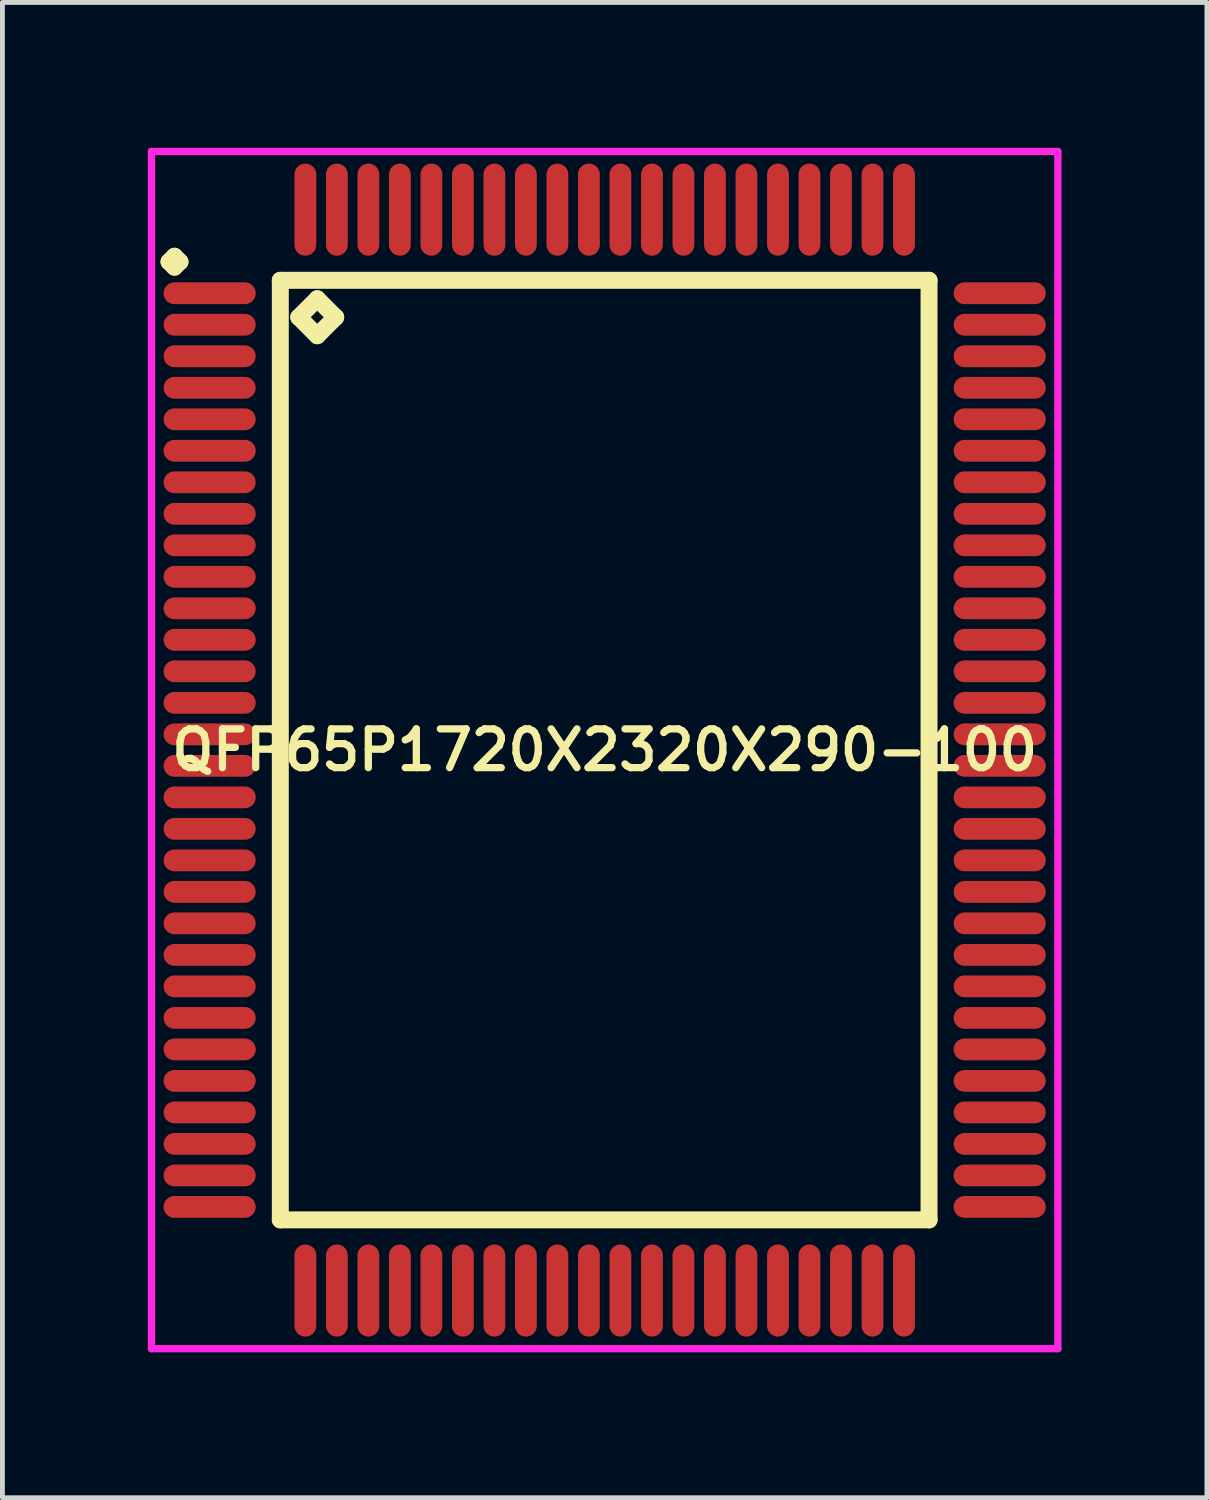
<source format=kicad_pcb>
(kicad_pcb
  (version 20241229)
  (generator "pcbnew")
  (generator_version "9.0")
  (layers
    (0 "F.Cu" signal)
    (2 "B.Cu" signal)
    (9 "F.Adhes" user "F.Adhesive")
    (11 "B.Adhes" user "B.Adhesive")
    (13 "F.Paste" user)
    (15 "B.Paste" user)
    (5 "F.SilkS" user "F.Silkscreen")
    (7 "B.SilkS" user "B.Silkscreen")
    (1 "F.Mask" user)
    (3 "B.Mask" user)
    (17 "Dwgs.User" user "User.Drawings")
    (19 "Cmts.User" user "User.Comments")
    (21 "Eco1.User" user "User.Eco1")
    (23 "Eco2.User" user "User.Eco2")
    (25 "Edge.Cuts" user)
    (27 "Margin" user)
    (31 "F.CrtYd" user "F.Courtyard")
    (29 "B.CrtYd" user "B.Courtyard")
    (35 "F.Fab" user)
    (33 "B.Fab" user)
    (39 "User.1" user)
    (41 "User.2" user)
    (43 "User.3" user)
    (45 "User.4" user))
  (footprint "QFP65P1720X2320X290-100"
    (layer "F.Cu")
    (at 9.425 12.425)
    (property "Reference" "QFP65P1720X2320X290-100" (at 0 0 0) (layer "F.SilkS") (effects (font (size 0.8 0.8) (thickness 0.15))))
    (attr smd)
    (fp_line (start -8.988 -10.075) (end -8.875 -10.188) (stroke (width 0.35) (type solid)) (layer "F.SilkS"))
    (fp_line (start -8.875 -10.188) (end -8.762 -10.075) (stroke (width 0.35) (type solid)) (layer "F.SilkS"))
    (fp_line (start -8.875 -9.963) (end -8.988 -10.075) (stroke (width 0.35) (type solid)) (layer "F.SilkS"))
    (fp_line (start -8.762 -10.075) (end -8.875 -9.963) (stroke (width 0.35) (type solid)) (layer "F.SilkS"))
    (fp_line (start -6.692 -9.692) (end -6.692 9.692) (stroke (width 0.35) (type solid)) (layer "F.SilkS"))
    (fp_line (start -6.692 9.692) (end 6.692 9.692) (stroke (width 0.35) (type solid)) (layer "F.SilkS"))
    (fp_line (start -6.311 -8.93) (end -5.93 -9.311) (stroke (width 0.35) (type solid)) (layer "F.SilkS"))
    (fp_line (start -5.93 -9.311) (end -5.549 -8.93) (stroke (width 0.35) (type solid)) (layer "F.SilkS"))
    (fp_line (start -5.93 -8.549) (end -6.311 -8.93) (stroke (width 0.35) (type solid)) (layer "F.SilkS"))
    (fp_line (start -5.549 -8.93) (end -5.93 -8.549) (stroke (width 0.35) (type solid)) (layer "F.SilkS"))
    (fp_line (start 6.692 -9.692) (end -6.692 -9.692) (stroke (width 0.35) (type solid)) (layer "F.SilkS"))
    (fp_line (start 6.692 9.692) (end 6.692 -9.692) (stroke (width 0.35) (type solid)) (layer "F.SilkS"))
    (fp_line (start -9.35 -12.35) (end 9.35 -12.35) (stroke (width 0.15) (type solid)) (layer "F.CrtYd"))
    (fp_line (start -9.35 12.35) (end -9.35 -12.35) (stroke (width 0.15) (type solid)) (layer "F.CrtYd"))
    (fp_line (start 9.35 -12.35) (end 9.35 12.35) (stroke (width 0.15) (type solid)) (layer "F.CrtYd"))
    (fp_line (start 9.35 12.35) (end -9.35 12.35) (stroke (width 0.15) (type solid)) (layer "F.CrtYd"))
    (pad "1" smd oval (at -8.15 -9.425) (size 1.9 0.45) (layers "F.Cu" "F.Mask" "F.Paste"))
    (pad "2" smd oval (at -8.15 -8.775) (size 1.9 0.45) (layers "F.Cu" "F.Mask" "F.Paste"))
    (pad "3" smd oval (at -8.15 -8.125) (size 1.9 0.45) (layers "F.Cu" "F.Mask" "F.Paste"))
    (pad "4" smd oval (at -8.15 -7.475) (size 1.9 0.45) (layers "F.Cu" "F.Mask" "F.Paste"))
    (pad "5" smd oval (at -8.15 -6.825) (size 1.9 0.45) (layers "F.Cu" "F.Mask" "F.Paste"))
    (pad "6" smd oval (at -8.15 -6.175) (size 1.9 0.45) (layers "F.Cu" "F.Mask" "F.Paste"))
    (pad "7" smd oval (at -8.15 -5.525) (size 1.9 0.45) (layers "F.Cu" "F.Mask" "F.Paste"))
    (pad "8" smd oval (at -8.15 -4.875) (size 1.9 0.45) (layers "F.Cu" "F.Mask" "F.Paste"))
    (pad "9" smd oval (at -8.15 -4.225) (size 1.9 0.45) (layers "F.Cu" "F.Mask" "F.Paste"))
    (pad "10" smd oval (at -8.15 -3.575) (size 1.9 0.45) (layers "F.Cu" "F.Mask" "F.Paste"))
    (pad "11" smd oval (at -8.15 -2.925) (size 1.9 0.45) (layers "F.Cu" "F.Mask" "F.Paste"))
    (pad "12" smd oval (at -8.15 -2.275) (size 1.9 0.45) (layers "F.Cu" "F.Mask" "F.Paste"))
    (pad "13" smd oval (at -8.15 -1.625) (size 1.9 0.45) (layers "F.Cu" "F.Mask" "F.Paste"))
    (pad "14" smd oval (at -8.15 -0.975) (size 1.9 0.45) (layers "F.Cu" "F.Mask" "F.Paste"))
    (pad "15" smd oval (at -8.15 -0.325) (size 1.9 0.45) (layers "F.Cu" "F.Mask" "F.Paste"))
    (pad "16" smd oval (at -8.15 0.325) (size 1.9 0.45) (layers "F.Cu" "F.Mask" "F.Paste"))
    (pad "17" smd oval (at -8.15 0.975) (size 1.9 0.45) (layers "F.Cu" "F.Mask" "F.Paste"))
    (pad "18" smd oval (at -8.15 1.625) (size 1.9 0.45) (layers "F.Cu" "F.Mask" "F.Paste"))
    (pad "19" smd oval (at -8.15 2.275) (size 1.9 0.45) (layers "F.Cu" "F.Mask" "F.Paste"))
    (pad "20" smd oval (at -8.15 2.925) (size 1.9 0.45) (layers "F.Cu" "F.Mask" "F.Paste"))
    (pad "21" smd oval (at -8.15 3.575) (size 1.9 0.45) (layers "F.Cu" "F.Mask" "F.Paste"))
    (pad "22" smd oval (at -8.15 4.225) (size 1.9 0.45) (layers "F.Cu" "F.Mask" "F.Paste"))
    (pad "23" smd oval (at -8.15 4.875) (size 1.9 0.45) (layers "F.Cu" "F.Mask" "F.Paste"))
    (pad "24" smd oval (at -8.15 5.525) (size 1.9 0.45) (layers "F.Cu" "F.Mask" "F.Paste"))
    (pad "25" smd oval (at -8.15 6.175) (size 1.9 0.45) (layers "F.Cu" "F.Mask" "F.Paste"))
    (pad "26" smd oval (at -8.15 6.825) (size 1.9 0.45) (layers "F.Cu" "F.Mask" "F.Paste"))
    (pad "27" smd oval (at -8.15 7.475) (size 1.9 0.45) (layers "F.Cu" "F.Mask" "F.Paste"))
    (pad "28" smd oval (at -8.15 8.125) (size 1.9 0.45) (layers "F.Cu" "F.Mask" "F.Paste"))
    (pad "29" smd oval (at -8.15 8.775) (size 1.9 0.45) (layers "F.Cu" "F.Mask" "F.Paste"))
    (pad "30" smd oval (at -8.15 9.425) (size 1.9 0.45) (layers "F.Cu" "F.Mask" "F.Paste"))
    (pad "31" smd oval (at -6.175 11.15) (size 0.45 1.9) (layers "F.Cu" "F.Mask" "F.Paste"))
    (pad "32" smd oval (at -5.525 11.15) (size 0.45 1.9) (layers "F.Cu" "F.Mask" "F.Paste"))
    (pad "33" smd oval (at -4.875 11.15) (size 0.45 1.9) (layers "F.Cu" "F.Mask" "F.Paste"))
    (pad "34" smd oval (at -4.225 11.15) (size 0.45 1.9) (layers "F.Cu" "F.Mask" "F.Paste"))
    (pad "35" smd oval (at -3.575 11.15) (size 0.45 1.9) (layers "F.Cu" "F.Mask" "F.Paste"))
    (pad "36" smd oval (at -2.925 11.15) (size 0.45 1.9) (layers "F.Cu" "F.Mask" "F.Paste"))
    (pad "37" smd oval (at -2.275 11.15) (size 0.45 1.9) (layers "F.Cu" "F.Mask" "F.Paste"))
    (pad "38" smd oval (at -1.625 11.15) (size 0.45 1.9) (layers "F.Cu" "F.Mask" "F.Paste"))
    (pad "39" smd oval (at -0.975 11.15) (size 0.45 1.9) (layers "F.Cu" "F.Mask" "F.Paste"))
    (pad "40" smd oval (at -0.325 11.15) (size 0.45 1.9) (layers "F.Cu" "F.Mask" "F.Paste"))
    (pad "41" smd oval (at 0.325 11.15) (size 0.45 1.9) (layers "F.Cu" "F.Mask" "F.Paste"))
    (pad "42" smd oval (at 0.975 11.15) (size 0.45 1.9) (layers "F.Cu" "F.Mask" "F.Paste"))
    (pad "43" smd oval (at 1.625 11.15) (size 0.45 1.9) (layers "F.Cu" "F.Mask" "F.Paste"))
    (pad "44" smd oval (at 2.275 11.15) (size 0.45 1.9) (layers "F.Cu" "F.Mask" "F.Paste"))
    (pad "45" smd oval (at 2.925 11.15) (size 0.45 1.9) (layers "F.Cu" "F.Mask" "F.Paste"))
    (pad "46" smd oval (at 3.575 11.15) (size 0.45 1.9) (layers "F.Cu" "F.Mask" "F.Paste"))
    (pad "47" smd oval (at 4.225 11.15) (size 0.45 1.9) (layers "F.Cu" "F.Mask" "F.Paste"))
    (pad "48" smd oval (at 4.875 11.15) (size 0.45 1.9) (layers "F.Cu" "F.Mask" "F.Paste"))
    (pad "49" smd oval (at 5.525 11.15) (size 0.45 1.9) (layers "F.Cu" "F.Mask" "F.Paste"))
    (pad "50" smd oval (at 6.175 11.15) (size 0.45 1.9) (layers "F.Cu" "F.Mask" "F.Paste"))
    (pad "51" smd oval (at 8.15 9.425) (size 1.9 0.45) (layers "F.Cu" "F.Mask" "F.Paste"))
    (pad "52" smd oval (at 8.15 8.775) (size 1.9 0.45) (layers "F.Cu" "F.Mask" "F.Paste"))
    (pad "53" smd oval (at 8.15 8.125) (size 1.9 0.45) (layers "F.Cu" "F.Mask" "F.Paste"))
    (pad "54" smd oval (at 8.15 7.475) (size 1.9 0.45) (layers "F.Cu" "F.Mask" "F.Paste"))
    (pad "55" smd oval (at 8.15 6.825) (size 1.9 0.45) (layers "F.Cu" "F.Mask" "F.Paste"))
    (pad "56" smd oval (at 8.15 6.175) (size 1.9 0.45) (layers "F.Cu" "F.Mask" "F.Paste"))
    (pad "57" smd oval (at 8.15 5.525) (size 1.9 0.45) (layers "F.Cu" "F.Mask" "F.Paste"))
    (pad "58" smd oval (at 8.15 4.875) (size 1.9 0.45) (layers "F.Cu" "F.Mask" "F.Paste"))
    (pad "59" smd oval (at 8.15 4.225) (size 1.9 0.45) (layers "F.Cu" "F.Mask" "F.Paste"))
    (pad "60" smd oval (at 8.15 3.575) (size 1.9 0.45) (layers "F.Cu" "F.Mask" "F.Paste"))
    (pad "61" smd oval (at 8.15 2.925) (size 1.9 0.45) (layers "F.Cu" "F.Mask" "F.Paste"))
    (pad "62" smd oval (at 8.15 2.275) (size 1.9 0.45) (layers "F.Cu" "F.Mask" "F.Paste"))
    (pad "63" smd oval (at 8.15 1.625) (size 1.9 0.45) (layers "F.Cu" "F.Mask" "F.Paste"))
    (pad "64" smd oval (at 8.15 0.975) (size 1.9 0.45) (layers "F.Cu" "F.Mask" "F.Paste"))
    (pad "65" smd oval (at 8.15 0.325) (size 1.9 0.45) (layers "F.Cu" "F.Mask" "F.Paste"))
    (pad "66" smd oval (at 8.15 -0.325) (size 1.9 0.45) (layers "F.Cu" "F.Mask" "F.Paste"))
    (pad "67" smd oval (at 8.15 -0.975) (size 1.9 0.45) (layers "F.Cu" "F.Mask" "F.Paste"))
    (pad "68" smd oval (at 8.15 -1.625) (size 1.9 0.45) (layers "F.Cu" "F.Mask" "F.Paste"))
    (pad "69" smd oval (at 8.15 -2.275) (size 1.9 0.45) (layers "F.Cu" "F.Mask" "F.Paste"))
    (pad "70" smd oval (at 8.15 -2.925) (size 1.9 0.45) (layers "F.Cu" "F.Mask" "F.Paste"))
    (pad "71" smd oval (at 8.15 -3.575) (size 1.9 0.45) (layers "F.Cu" "F.Mask" "F.Paste"))
    (pad "72" smd oval (at 8.15 -4.225) (size 1.9 0.45) (layers "F.Cu" "F.Mask" "F.Paste"))
    (pad "73" smd oval (at 8.15 -4.875) (size 1.9 0.45) (layers "F.Cu" "F.Mask" "F.Paste"))
    (pad "74" smd oval (at 8.15 -5.525) (size 1.9 0.45) (layers "F.Cu" "F.Mask" "F.Paste"))
    (pad "75" smd oval (at 8.15 -6.175) (size 1.9 0.45) (layers "F.Cu" "F.Mask" "F.Paste"))
    (pad "76" smd oval (at 8.15 -6.825) (size 1.9 0.45) (layers "F.Cu" "F.Mask" "F.Paste"))
    (pad "77" smd oval (at 8.15 -7.475) (size 1.9 0.45) (layers "F.Cu" "F.Mask" "F.Paste"))
    (pad "78" smd oval (at 8.15 -8.125) (size 1.9 0.45) (layers "F.Cu" "F.Mask" "F.Paste"))
    (pad "79" smd oval (at 8.15 -8.775) (size 1.9 0.45) (layers "F.Cu" "F.Mask" "F.Paste"))
    (pad "80" smd oval (at 8.15 -9.425) (size 1.9 0.45) (layers "F.Cu" "F.Mask" "F.Paste"))
    (pad "81" smd oval (at 6.175 -11.15) (size 0.45 1.9) (layers "F.Cu" "F.Mask" "F.Paste"))
    (pad "82" smd oval (at 5.525 -11.15) (size 0.45 1.9) (layers "F.Cu" "F.Mask" "F.Paste"))
    (pad "83" smd oval (at 4.875 -11.15) (size 0.45 1.9) (layers "F.Cu" "F.Mask" "F.Paste"))
    (pad "84" smd oval (at 4.225 -11.15) (size 0.45 1.9) (layers "F.Cu" "F.Mask" "F.Paste"))
    (pad "85" smd oval (at 3.575 -11.15) (size 0.45 1.9) (layers "F.Cu" "F.Mask" "F.Paste"))
    (pad "86" smd oval (at 2.925 -11.15) (size 0.45 1.9) (layers "F.Cu" "F.Mask" "F.Paste"))
    (pad "87" smd oval (at 2.275 -11.15) (size 0.45 1.9) (layers "F.Cu" "F.Mask" "F.Paste"))
    (pad "88" smd oval (at 1.625 -11.15) (size 0.45 1.9) (layers "F.Cu" "F.Mask" "F.Paste"))
    (pad "89" smd oval (at 0.975 -11.15) (size 0.45 1.9) (layers "F.Cu" "F.Mask" "F.Paste"))
    (pad "90" smd oval (at 0.325 -11.15) (size 0.45 1.9) (layers "F.Cu" "F.Mask" "F.Paste"))
    (pad "91" smd oval (at -0.325 -11.15) (size 0.45 1.9) (layers "F.Cu" "F.Mask" "F.Paste"))
    (pad "92" smd oval (at -0.975 -11.15) (size 0.45 1.9) (layers "F.Cu" "F.Mask" "F.Paste"))
    (pad "93" smd oval (at -1.625 -11.15) (size 0.45 1.9) (layers "F.Cu" "F.Mask" "F.Paste"))
    (pad "94" smd oval (at -2.275 -11.15) (size 0.45 1.9) (layers "F.Cu" "F.Mask" "F.Paste"))
    (pad "95" smd oval (at -2.925 -11.15) (size 0.45 1.9) (layers "F.Cu" "F.Mask" "F.Paste"))
    (pad "96" smd oval (at -3.575 -11.15) (size 0.45 1.9) (layers "F.Cu" "F.Mask" "F.Paste"))
    (pad "97" smd oval (at -4.225 -11.15) (size 0.45 1.9) (layers "F.Cu" "F.Mask" "F.Paste"))
    (pad "98" smd oval (at -4.875 -11.15) (size 0.45 1.9) (layers "F.Cu" "F.Mask" "F.Paste"))
    (pad "99" smd oval (at -5.525 -11.15) (size 0.45 1.9) (layers "F.Cu" "F.Mask" "F.Paste"))
    (pad "100" smd oval (at -6.175 -11.15) (size 0.45 1.9) (layers "F.Cu" "F.Mask" "F.Paste")))
  (gr_rect
    (start -3 -3)
    (end 21.85 27.85)
    (stroke (width 0.1) (type default))
    (fill no)
    (layer "Edge.Cuts")))
</source>
